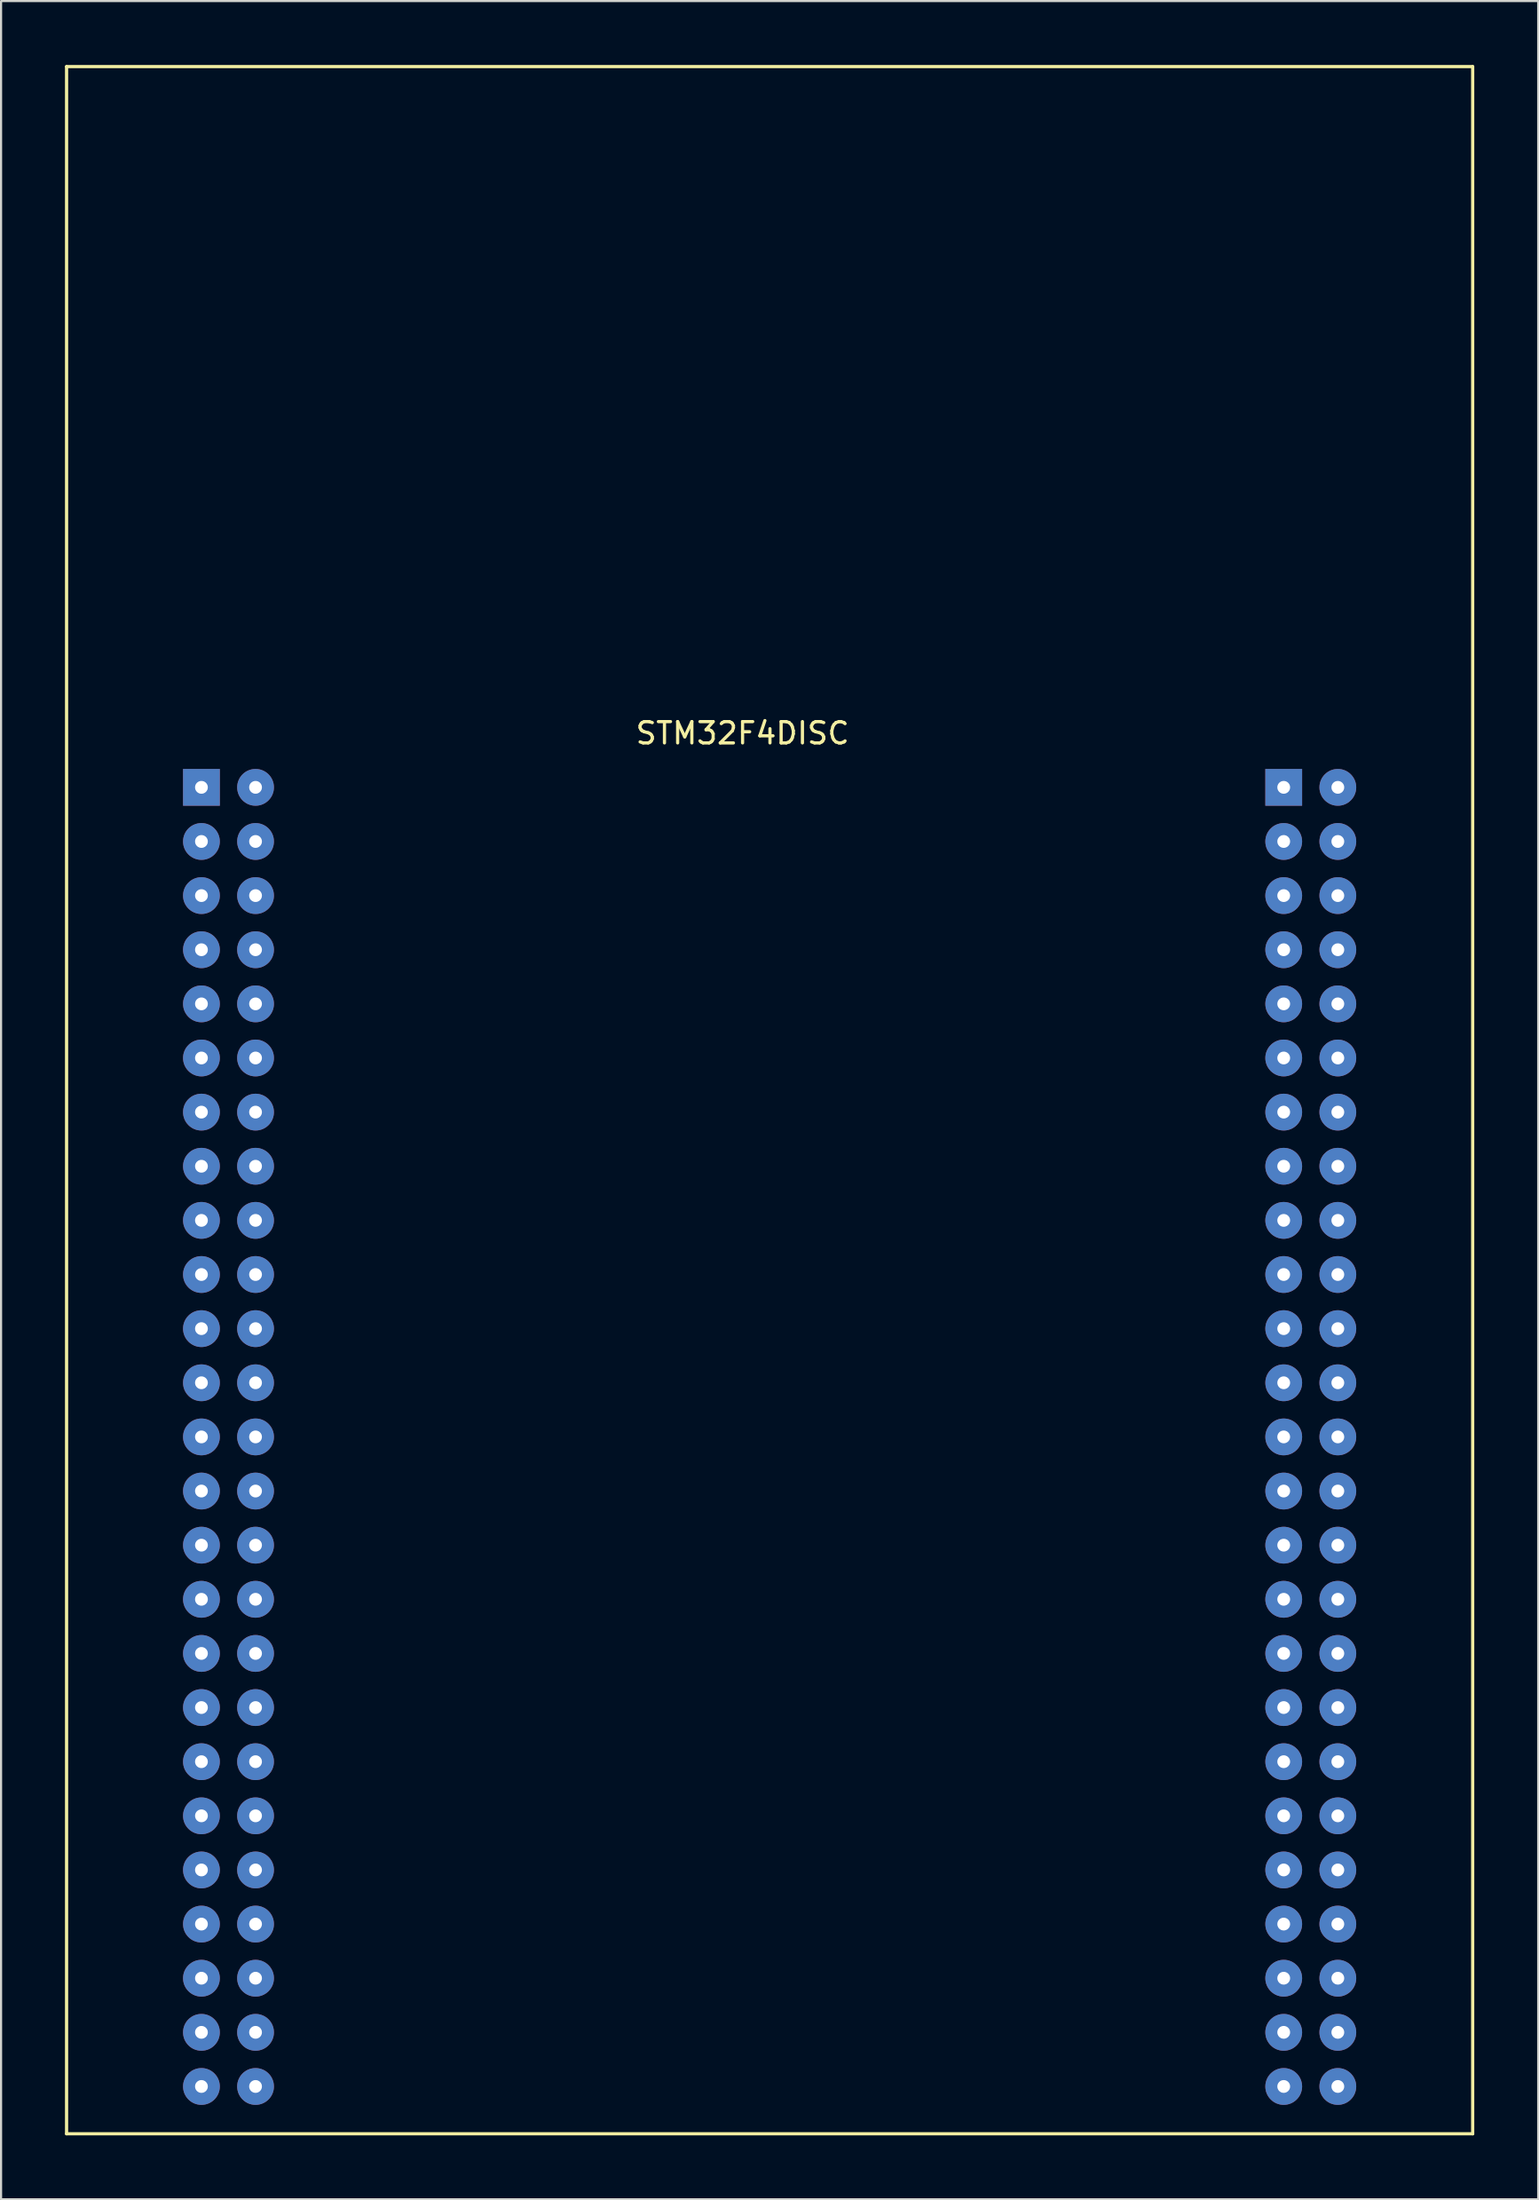
<source format=kicad_pcb>
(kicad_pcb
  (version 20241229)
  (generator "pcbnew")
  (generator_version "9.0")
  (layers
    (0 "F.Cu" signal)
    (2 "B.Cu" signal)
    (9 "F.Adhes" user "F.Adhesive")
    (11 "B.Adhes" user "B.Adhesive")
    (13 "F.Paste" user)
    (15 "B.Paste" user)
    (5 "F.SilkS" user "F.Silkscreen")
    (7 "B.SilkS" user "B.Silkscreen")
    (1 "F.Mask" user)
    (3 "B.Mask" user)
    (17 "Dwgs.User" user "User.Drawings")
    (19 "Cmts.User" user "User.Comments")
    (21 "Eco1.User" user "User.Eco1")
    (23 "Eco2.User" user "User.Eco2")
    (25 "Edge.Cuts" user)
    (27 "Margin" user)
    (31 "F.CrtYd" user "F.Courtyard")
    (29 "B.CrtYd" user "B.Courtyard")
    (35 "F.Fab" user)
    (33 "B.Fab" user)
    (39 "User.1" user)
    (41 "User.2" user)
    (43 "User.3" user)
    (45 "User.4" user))
  (footprint "STM32F4DISC"
    (layer "F.Cu")
    (at 6.405 33.895)
    (property "Reference" "STM32F4DISC" (at 25.4 -2.54 0) (layer "F.SilkS") (effects (font (size 1 1) (thickness 0.15))))
    (attr through_hole)
    (fp_line (start -6.33 -33.82) (end 59.67 -33.82) (stroke (width 0.15) (type solid)) (layer "F.SilkS"))
    (fp_line (start -6.33 63.18) (end -6.33 -33.82) (stroke (width 0.15) (type solid)) (layer "F.SilkS"))
    (fp_line (start 59.67 -33.82) (end 59.67 63.18) (stroke (width 0.15) (type solid)) (layer "F.SilkS"))
    (fp_line (start 59.67 63.18) (end -6.33 63.18) (stroke (width 0.15) (type solid)) (layer "F.SilkS"))
    (pad "1" thru_hole rect (at 0 0) (size 1.727 1.727) (drill 0.6) (layers "B.Cu"))
    (pad "2" thru_hole oval (at 2.54 0) (size 1.727 1.727) (drill 0.6) (layers "B.Cu"))
    (pad "3" thru_hole oval (at 0 2.54) (size 1.727 1.727) (drill 0.6) (layers "B.Cu"))
    (pad "4" thru_hole oval (at 2.54 2.54) (size 1.727 1.727) (drill 0.6) (layers "B.Cu"))
    (pad "5" thru_hole oval (at 0 5.08) (size 1.727 1.727) (drill 0.6) (layers "B.Cu"))
    (pad "6" thru_hole oval (at 2.54 5.08) (size 1.727 1.727) (drill 0.6) (layers "B.Cu"))
    (pad "7" thru_hole oval (at 0 7.62) (size 1.727 1.727) (drill 0.6) (layers "B.Cu"))
    (pad "8" thru_hole oval (at 2.54 7.62) (size 1.727 1.727) (drill 0.6) (layers "B.Cu"))
    (pad "9" thru_hole oval (at 0 10.16) (size 1.727 1.727) (drill 0.6) (layers "B.Cu"))
    (pad "10" thru_hole oval (at 2.54 10.16) (size 1.727 1.727) (drill 0.6) (layers "B.Cu"))
    (pad "11" thru_hole oval (at 0 12.7) (size 1.727 1.727) (drill 0.6) (layers "B.Cu"))
    (pad "12" thru_hole oval (at 2.54 12.7) (size 1.727 1.727) (drill 0.6) (layers "B.Cu"))
    (pad "13" thru_hole oval (at 0 15.24) (size 1.727 1.727) (drill 0.6) (layers "B.Cu"))
    (pad "14" thru_hole oval (at 2.54 15.24) (size 1.727 1.727) (drill 0.6) (layers "B.Cu"))
    (pad "15" thru_hole oval (at 0 17.78) (size 1.727 1.727) (drill 0.6) (layers "B.Cu"))
    (pad "16" thru_hole oval (at 2.54 17.78) (size 1.727 1.727) (drill 0.6) (layers "B.Cu"))
    (pad "17" thru_hole oval (at 0 20.32) (size 1.727 1.727) (drill 0.6) (layers "B.Cu"))
    (pad "18" thru_hole oval (at 2.54 20.32) (size 1.727 1.727) (drill 0.6) (layers "B.Cu"))
    (pad "19" thru_hole oval (at 0 22.86) (size 1.727 1.727) (drill 0.6) (layers "B.Cu"))
    (pad "20" thru_hole oval (at 2.54 22.86) (size 1.727 1.727) (drill 0.6) (layers "B.Cu"))
    (pad "21" thru_hole oval (at 0 25.4) (size 1.727 1.727) (drill 0.6) (layers "B.Cu"))
    (pad "22" thru_hole oval (at 2.54 25.4) (size 1.727 1.727) (drill 0.6) (layers "B.Cu"))
    (pad "23" thru_hole oval (at 0 27.94) (size 1.727 1.727) (drill 0.6) (layers "B.Cu"))
    (pad "24" thru_hole oval (at 2.54 27.94) (size 1.727 1.727) (drill 0.6) (layers "B.Cu"))
    (pad "25" thru_hole oval (at 0 30.48) (size 1.727 1.727) (drill 0.6) (layers "B.Cu"))
    (pad "26" thru_hole oval (at 2.54 30.48) (size 1.727 1.727) (drill 0.6) (layers "B.Cu"))
    (pad "27" thru_hole oval (at 0 33.02) (size 1.727 1.727) (drill 0.6) (layers "B.Cu"))
    (pad "28" thru_hole oval (at 2.54 33.02) (size 1.727 1.727) (drill 0.6) (layers "B.Cu"))
    (pad "29" thru_hole oval (at 0 35.56) (size 1.727 1.727) (drill 0.6) (layers "B.Cu"))
    (pad "30" thru_hole oval (at 2.54 35.56) (size 1.727 1.727) (drill 0.6) (layers "B.Cu"))
    (pad "31" thru_hole oval (at 0 38.1) (size 1.727 1.727) (drill 0.6) (layers "B.Cu"))
    (pad "32" thru_hole oval (at 2.54 38.1) (size 1.727 1.727) (drill 0.6) (layers "B.Cu"))
    (pad "33" thru_hole oval (at 0 40.64) (size 1.727 1.727) (drill 0.6) (layers "B.Cu"))
    (pad "34" thru_hole oval (at 2.54 40.64) (size 1.727 1.727) (drill 0.6) (layers "B.Cu"))
    (pad "35" thru_hole oval (at 0 43.18) (size 1.727 1.727) (drill 0.6) (layers "B.Cu"))
    (pad "36" thru_hole oval (at 2.54 43.18) (size 1.727 1.727) (drill 0.6) (layers "B.Cu"))
    (pad "37" thru_hole oval (at 0 45.72) (size 1.727 1.727) (drill 0.6) (layers "B.Cu"))
    (pad "38" thru_hole oval (at 2.54 45.72) (size 1.727 1.727) (drill 0.6) (layers "B.Cu"))
    (pad "39" thru_hole oval (at 0 48.26) (size 1.727 1.727) (drill 0.6) (layers "B.Cu"))
    (pad "40" thru_hole oval (at 2.54 48.26) (size 1.727 1.727) (drill 0.6) (layers "B.Cu"))
    (pad "41" thru_hole oval (at 0 50.8) (size 1.727 1.727) (drill 0.6) (layers "B.Cu"))
    (pad "42" thru_hole oval (at 2.54 50.8) (size 1.727 1.727) (drill 0.6) (layers "B.Cu"))
    (pad "43" thru_hole oval (at 0 53.34) (size 1.727 1.727) (drill 0.6) (layers "B.Cu"))
    (pad "44" thru_hole oval (at 2.54 53.34) (size 1.727 1.727) (drill 0.6) (layers "B.Cu"))
    (pad "45" thru_hole oval (at 0 55.88) (size 1.727 1.727) (drill 0.6) (layers "B.Cu"))
    (pad "46" thru_hole oval (at 2.54 55.88) (size 1.727 1.727) (drill 0.6) (layers "B.Cu"))
    (pad "47" thru_hole oval (at 0 58.42) (size 1.727 1.727) (drill 0.6) (layers "B.Cu"))
    (pad "48" thru_hole oval (at 2.54 58.42) (size 1.727 1.727) (drill 0.6) (layers "B.Cu"))
    (pad "49" thru_hole oval (at 0 60.96) (size 1.727 1.727) (drill 0.6) (layers "B.Cu"))
    (pad "50" thru_hole oval (at 2.54 60.96) (size 1.727 1.727) (drill 0.6) (layers "B.Cu"))
    (pad "51" thru_hole rect (at 50.8 0) (size 1.727 1.727) (drill 0.6) (layers "B.Cu"))
    (pad "52" thru_hole circle (at 53.34 0) (size 1.727 1.727) (drill 0.6) (layers "B.Cu"))
    (pad "53" thru_hole circle (at 50.8 2.54) (size 1.727 1.727) (drill 0.6) (layers "B.Cu"))
    (pad "54" thru_hole circle (at 53.34 2.54) (size 1.727 1.727) (drill 0.6) (layers "B.Cu"))
    (pad "55" thru_hole circle (at 50.8 5.08) (size 1.727 1.727) (drill 0.6) (layers "B.Cu"))
    (pad "56" thru_hole circle (at 53.34 5.08) (size 1.727 1.727) (drill 0.6) (layers "B.Cu"))
    (pad "57" thru_hole circle (at 50.8 7.62) (size 1.727 1.727) (drill 0.6) (layers "B.Cu"))
    (pad "58" thru_hole circle (at 53.34 7.62) (size 1.727 1.727) (drill 0.6) (layers "B.Cu"))
    (pad "59" thru_hole circle (at 50.8 10.16) (size 1.727 1.727) (drill 0.6) (layers "B.Cu"))
    (pad "60" thru_hole circle (at 53.34 10.16) (size 1.727 1.727) (drill 0.6) (layers "B.Cu"))
    (pad "61" thru_hole circle (at 50.8 12.7) (size 1.727 1.727) (drill 0.6) (layers "B.Cu"))
    (pad "62" thru_hole circle (at 53.34 12.7) (size 1.727 1.727) (drill 0.6) (layers "B.Cu"))
    (pad "63" thru_hole circle (at 50.8 15.24) (size 1.727 1.727) (drill 0.6) (layers "B.Cu"))
    (pad "64" thru_hole circle (at 53.34 15.24) (size 1.727 1.727) (drill 0.6) (layers "B.Cu"))
    (pad "65" thru_hole circle (at 50.8 17.78) (size 1.727 1.727) (drill 0.6) (layers "B.Cu"))
    (pad "66" thru_hole circle (at 53.34 17.78) (size 1.727 1.727) (drill 0.6) (layers "B.Cu"))
    (pad "67" thru_hole circle (at 50.8 20.32) (size 1.727 1.727) (drill 0.6) (layers "B.Cu"))
    (pad "68" thru_hole circle (at 53.34 20.32) (size 1.727 1.727) (drill 0.6) (layers "B.Cu"))
    (pad "69" thru_hole circle (at 50.8 22.86) (size 1.727 1.727) (drill 0.6) (layers "B.Cu"))
    (pad "70" thru_hole circle (at 53.34 22.86) (size 1.727 1.727) (drill 0.6) (layers "B.Cu"))
    (pad "71" thru_hole circle (at 50.8 25.4) (size 1.727 1.727) (drill 0.6) (layers "B.Cu"))
    (pad "72" thru_hole circle (at 53.34 25.4) (size 1.727 1.727) (drill 0.6) (layers "B.Cu"))
    (pad "73" thru_hole circle (at 50.8 27.94) (size 1.727 1.727) (drill 0.6) (layers "B.Cu"))
    (pad "74" thru_hole circle (at 53.34 27.94) (size 1.727 1.727) (drill 0.6) (layers "B.Cu"))
    (pad "75" thru_hole circle (at 50.8 30.48) (size 1.727 1.727) (drill 0.6) (layers "B.Cu"))
    (pad "76" thru_hole circle (at 53.34 30.48) (size 1.727 1.727) (drill 0.6) (layers "B.Cu"))
    (pad "77" thru_hole circle (at 50.8 33.02) (size 1.727 1.727) (drill 0.6) (layers "B.Cu"))
    (pad "78" thru_hole circle (at 53.34 33.02) (size 1.727 1.727) (drill 0.6) (layers "B.Cu"))
    (pad "79" thru_hole circle (at 50.8 35.56) (size 1.727 1.727) (drill 0.6) (layers "B.Cu"))
    (pad "80" thru_hole circle (at 53.34 35.56) (size 1.727 1.727) (drill 0.6) (layers "B.Cu"))
    (pad "81" thru_hole circle (at 50.8 38.1) (size 1.727 1.727) (drill 0.6) (layers "B.Cu"))
    (pad "82" thru_hole circle (at 53.34 38.1) (size 1.727 1.727) (drill 0.6) (layers "B.Cu"))
    (pad "83" thru_hole circle (at 50.8 40.64) (size 1.727 1.727) (drill 0.6) (layers "B.Cu"))
    (pad "84" thru_hole circle (at 53.34 40.64) (size 1.727 1.727) (drill 0.6) (layers "B.Cu"))
    (pad "85" thru_hole circle (at 50.8 43.18) (size 1.727 1.727) (drill 0.6) (layers "B.Cu"))
    (pad "86" thru_hole circle (at 53.34 43.18) (size 1.727 1.727) (drill 0.6) (layers "B.Cu"))
    (pad "87" thru_hole circle (at 50.8 45.72) (size 1.727 1.727) (drill 0.6) (layers "B.Cu"))
    (pad "88" thru_hole circle (at 53.34 45.72) (size 1.727 1.727) (drill 0.6) (layers "B.Cu"))
    (pad "89" thru_hole circle (at 50.8 48.26) (size 1.727 1.727) (drill 0.6) (layers "B.Cu"))
    (pad "90" thru_hole circle (at 53.34 48.26) (size 1.727 1.727) (drill 0.6) (layers "B.Cu"))
    (pad "91" thru_hole circle (at 50.8 50.8) (size 1.727 1.727) (drill 0.6) (layers "B.Cu"))
    (pad "92" thru_hole circle (at 53.34 50.8) (size 1.727 1.727) (drill 0.6) (layers "B.Cu"))
    (pad "93" thru_hole circle (at 50.8 53.34) (size 1.727 1.727) (drill 0.6) (layers "B.Cu"))
    (pad "94" thru_hole circle (at 53.34 53.34) (size 1.727 1.727) (drill 0.6) (layers "B.Cu"))
    (pad "95" thru_hole circle (at 50.8 55.88) (size 1.727 1.727) (drill 0.6) (layers "B.Cu"))
    (pad "96" thru_hole circle (at 53.34 55.88) (size 1.727 1.727) (drill 0.6) (layers "B.Cu"))
    (pad "97" thru_hole circle (at 50.8 58.42) (size 1.727 1.727) (drill 0.6) (layers "B.Cu"))
    (pad "98" thru_hole circle (at 53.34 58.42) (size 1.727 1.727) (drill 0.6) (layers "B.Cu"))
    (pad "99" thru_hole circle (at 50.8 60.96) (size 1.727 1.727) (drill 0.6) (layers "B.Cu"))
    (pad "100" thru_hole circle (at 53.34 60.96) (size 1.727 1.727) (drill 0.6) (layers "B.Cu")))
  (gr_rect
    (start -3 -3)
    (end 69.15 100.15)
    (stroke (width 0.1) (type default))
    (fill no)
    (layer "Edge.Cuts")))
</source>
